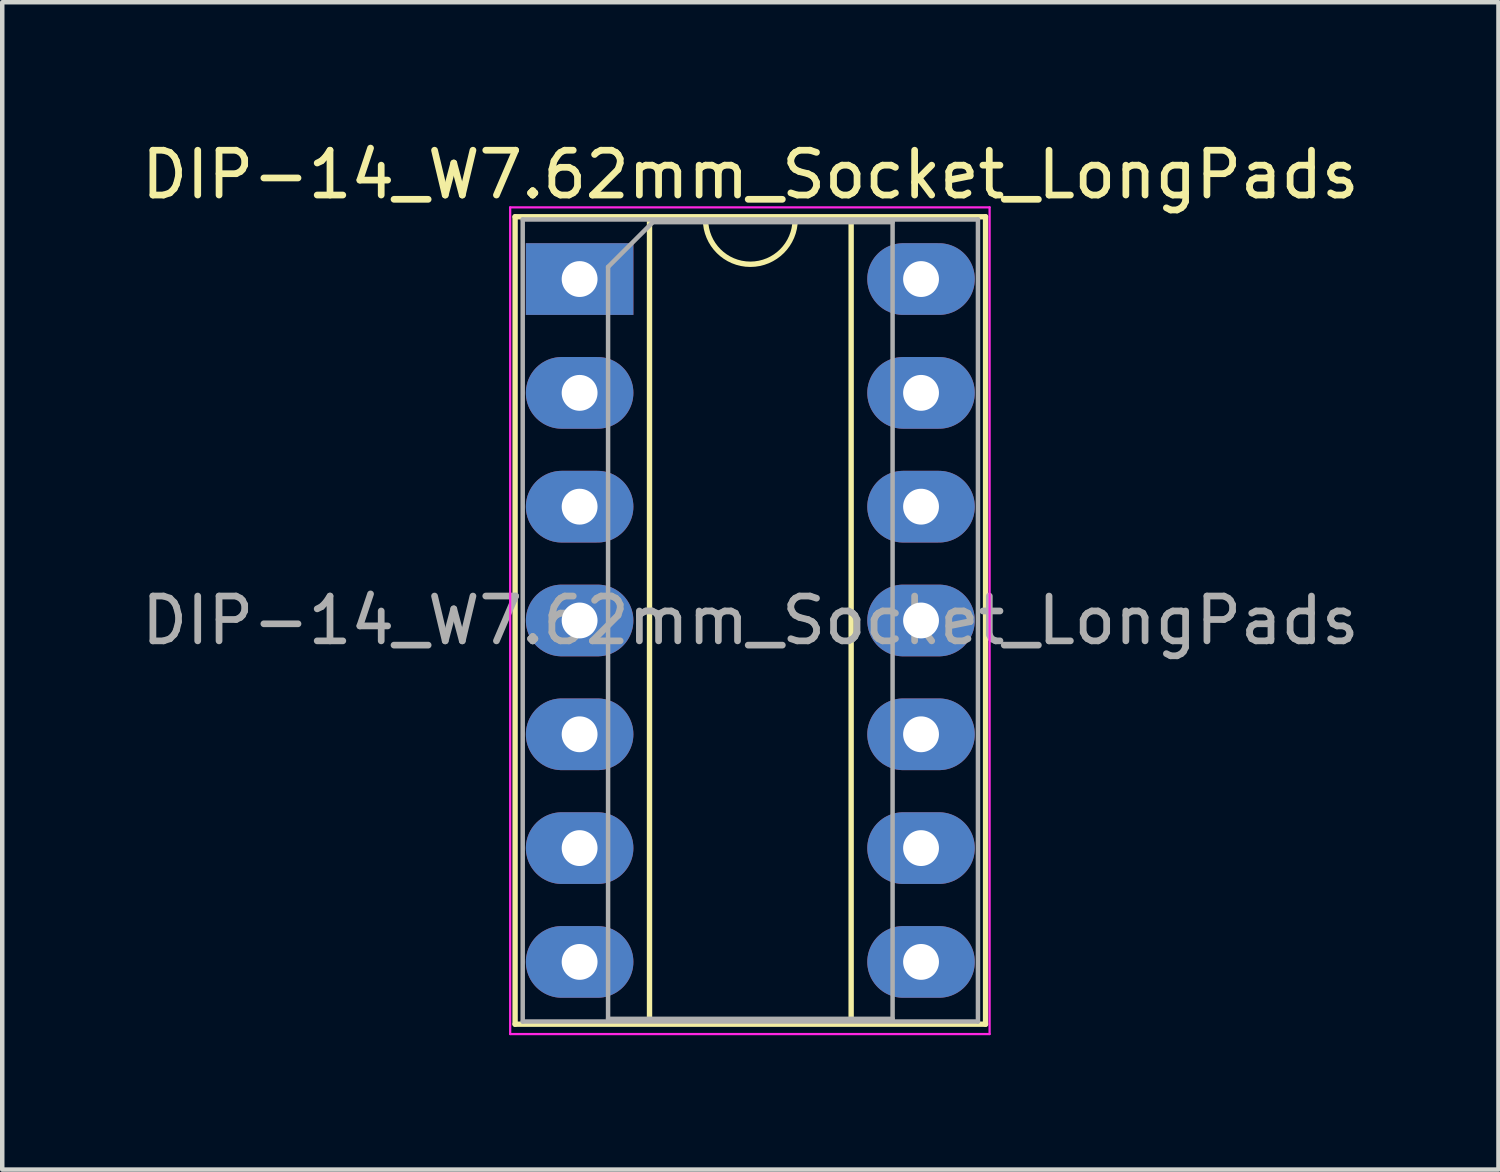
<source format=kicad_pcb>
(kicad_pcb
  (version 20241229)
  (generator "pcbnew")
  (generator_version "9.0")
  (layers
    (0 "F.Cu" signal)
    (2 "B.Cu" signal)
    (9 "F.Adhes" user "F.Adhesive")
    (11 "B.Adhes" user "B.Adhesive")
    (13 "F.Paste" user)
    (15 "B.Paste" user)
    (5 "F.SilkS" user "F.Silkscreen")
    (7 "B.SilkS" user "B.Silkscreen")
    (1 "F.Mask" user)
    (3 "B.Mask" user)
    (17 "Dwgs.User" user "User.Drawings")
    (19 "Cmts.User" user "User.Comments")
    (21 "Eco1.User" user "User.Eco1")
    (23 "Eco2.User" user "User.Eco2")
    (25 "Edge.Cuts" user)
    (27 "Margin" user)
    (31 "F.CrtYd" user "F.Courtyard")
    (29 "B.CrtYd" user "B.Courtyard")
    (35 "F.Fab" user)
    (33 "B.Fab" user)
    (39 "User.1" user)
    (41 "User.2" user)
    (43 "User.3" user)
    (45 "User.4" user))
  (footprint "DIP-14_W7.62mm_Socket_LongPads"
    (layer "F.Cu")
    (at 9.886 3.178)
    (property "Reference" "DIP-14_W7.62mm_Socket_LongPads" (at 3.81 -2.33 0) (layer "F.SilkS") (effects (font (size 1 1) (thickness 0.15))))
    (attr through_hole)
    (fp_line (start -1.44 -1.39) (end -1.44 16.63) (stroke (width 0.12) (type solid)) (layer "F.SilkS"))
    (fp_line (start -1.44 16.63) (end 9.06 16.63) (stroke (width 0.12) (type solid)) (layer "F.SilkS"))
    (fp_line (start 1.56 -1.33) (end 1.56 16.57) (stroke (width 0.12) (type solid)) (layer "F.SilkS"))
    (fp_line (start 1.56 16.57) (end 6.06 16.57) (stroke (width 0.12) (type solid)) (layer "F.SilkS"))
    (fp_line (start 2.81 -1.33) (end 1.56 -1.33) (stroke (width 0.12) (type solid)) (layer "F.SilkS"))
    (fp_line (start 6.06 -1.33) (end 4.81 -1.33) (stroke (width 0.12) (type solid)) (layer "F.SilkS"))
    (fp_line (start 6.06 16.57) (end 6.06 -1.33) (stroke (width 0.12) (type solid)) (layer "F.SilkS"))
    (fp_line (start 9.06 -1.39) (end -1.44 -1.39) (stroke (width 0.12) (type solid)) (layer "F.SilkS"))
    (fp_line (start 9.06 16.63) (end 9.06 -1.39) (stroke (width 0.12) (type solid)) (layer "F.SilkS"))
    (fp_arc (start 4.81 -1.33) (mid 3.81 -0.33) (end 2.81 -1.33) (stroke (width 0.12) (type solid)) (layer "F.SilkS"))
    (fp_line (start -1.55 -1.6) (end -1.55 16.85) (stroke (width 0.05) (type solid)) (layer "F.CrtYd"))
    (fp_line (start -1.55 16.85) (end 9.15 16.85) (stroke (width 0.05) (type solid)) (layer "F.CrtYd"))
    (fp_line (start 9.15 -1.6) (end -1.55 -1.6) (stroke (width 0.05) (type solid)) (layer "F.CrtYd"))
    (fp_line (start 9.15 16.85) (end 9.15 -1.6) (stroke (width 0.05) (type solid)) (layer "F.CrtYd"))
    (fp_line (start -1.27 -1.33) (end -1.27 16.57) (stroke (width 0.1) (type solid)) (layer "F.Fab"))
    (fp_line (start -1.27 16.57) (end 8.89 16.57) (stroke (width 0.1) (type solid)) (layer "F.Fab"))
    (fp_line (start 0.635 -0.27) (end 1.635 -1.27) (stroke (width 0.1) (type solid)) (layer "F.Fab"))
    (fp_line (start 0.635 16.51) (end 0.635 -0.27) (stroke (width 0.1) (type solid)) (layer "F.Fab"))
    (fp_line (start 1.635 -1.27) (end 6.985 -1.27) (stroke (width 0.1) (type solid)) (layer "F.Fab"))
    (fp_line (start 6.985 -1.27) (end 6.985 16.51) (stroke (width 0.1) (type solid)) (layer "F.Fab"))
    (fp_line (start 6.985 16.51) (end 0.635 16.51) (stroke (width 0.1) (type solid)) (layer "F.Fab"))
    (fp_line (start 8.89 -1.33) (end -1.27 -1.33) (stroke (width 0.1) (type solid)) (layer "F.Fab"))
    (fp_line (start 8.89 16.57) (end 8.89 -1.33) (stroke (width 0.1) (type solid)) (layer "F.Fab"))
    (fp_text user "${REFERENCE}" (at 3.81 7.62 0) (layer "F.Fab") (effects (font (size 1 1) (thickness 0.15))))
    (pad "1" thru_hole rect (at 0 0) (size 2.4 1.6) (drill 0.8) (layers "*.Cu" "*.Mask"))
    (pad "2" thru_hole oval (at 0 2.54) (size 2.4 1.6) (drill 0.8) (layers "*.Cu" "*.Mask"))
    (pad "3" thru_hole oval (at 0 5.08) (size 2.4 1.6) (drill 0.8) (layers "*.Cu" "*.Mask"))
    (pad "4" thru_hole oval (at 0 7.62) (size 2.4 1.6) (drill 0.8) (layers "*.Cu" "*.Mask"))
    (pad "5" thru_hole oval (at 0 10.16) (size 2.4 1.6) (drill 0.8) (layers "*.Cu" "*.Mask"))
    (pad "6" thru_hole oval (at 0 12.7) (size 2.4 1.6) (drill 0.8) (layers "*.Cu" "*.Mask"))
    (pad "7" thru_hole oval (at 0 15.24) (size 2.4 1.6) (drill 0.8) (layers "*.Cu" "*.Mask"))
    (pad "8" thru_hole oval (at 7.62 15.24) (size 2.4 1.6) (drill 0.8) (layers "*.Cu" "*.Mask"))
    (pad "9" thru_hole oval (at 7.62 12.7) (size 2.4 1.6) (drill 0.8) (layers "*.Cu" "*.Mask"))
    (pad "10" thru_hole oval (at 7.62 10.16) (size 2.4 1.6) (drill 0.8) (layers "*.Cu" "*.Mask"))
    (pad "11" thru_hole oval (at 7.62 7.62) (size 2.4 1.6) (drill 0.8) (layers "*.Cu" "*.Mask"))
    (pad "12" thru_hole oval (at 7.62 5.08) (size 2.4 1.6) (drill 0.8) (layers "*.Cu" "*.Mask"))
    (pad "13" thru_hole oval (at 7.62 2.54) (size 2.4 1.6) (drill 0.8) (layers "*.Cu" "*.Mask"))
    (pad "14" thru_hole oval (at 7.62 0) (size 2.4 1.6) (drill 0.8) (layers "*.Cu" "*.Mask")))
  (gr_rect
    (start -3 -3)
    (end 30.393 23.053)
    (stroke (width 0.1) (type default))
    (fill no)
    (layer "Edge.Cuts")))
</source>
